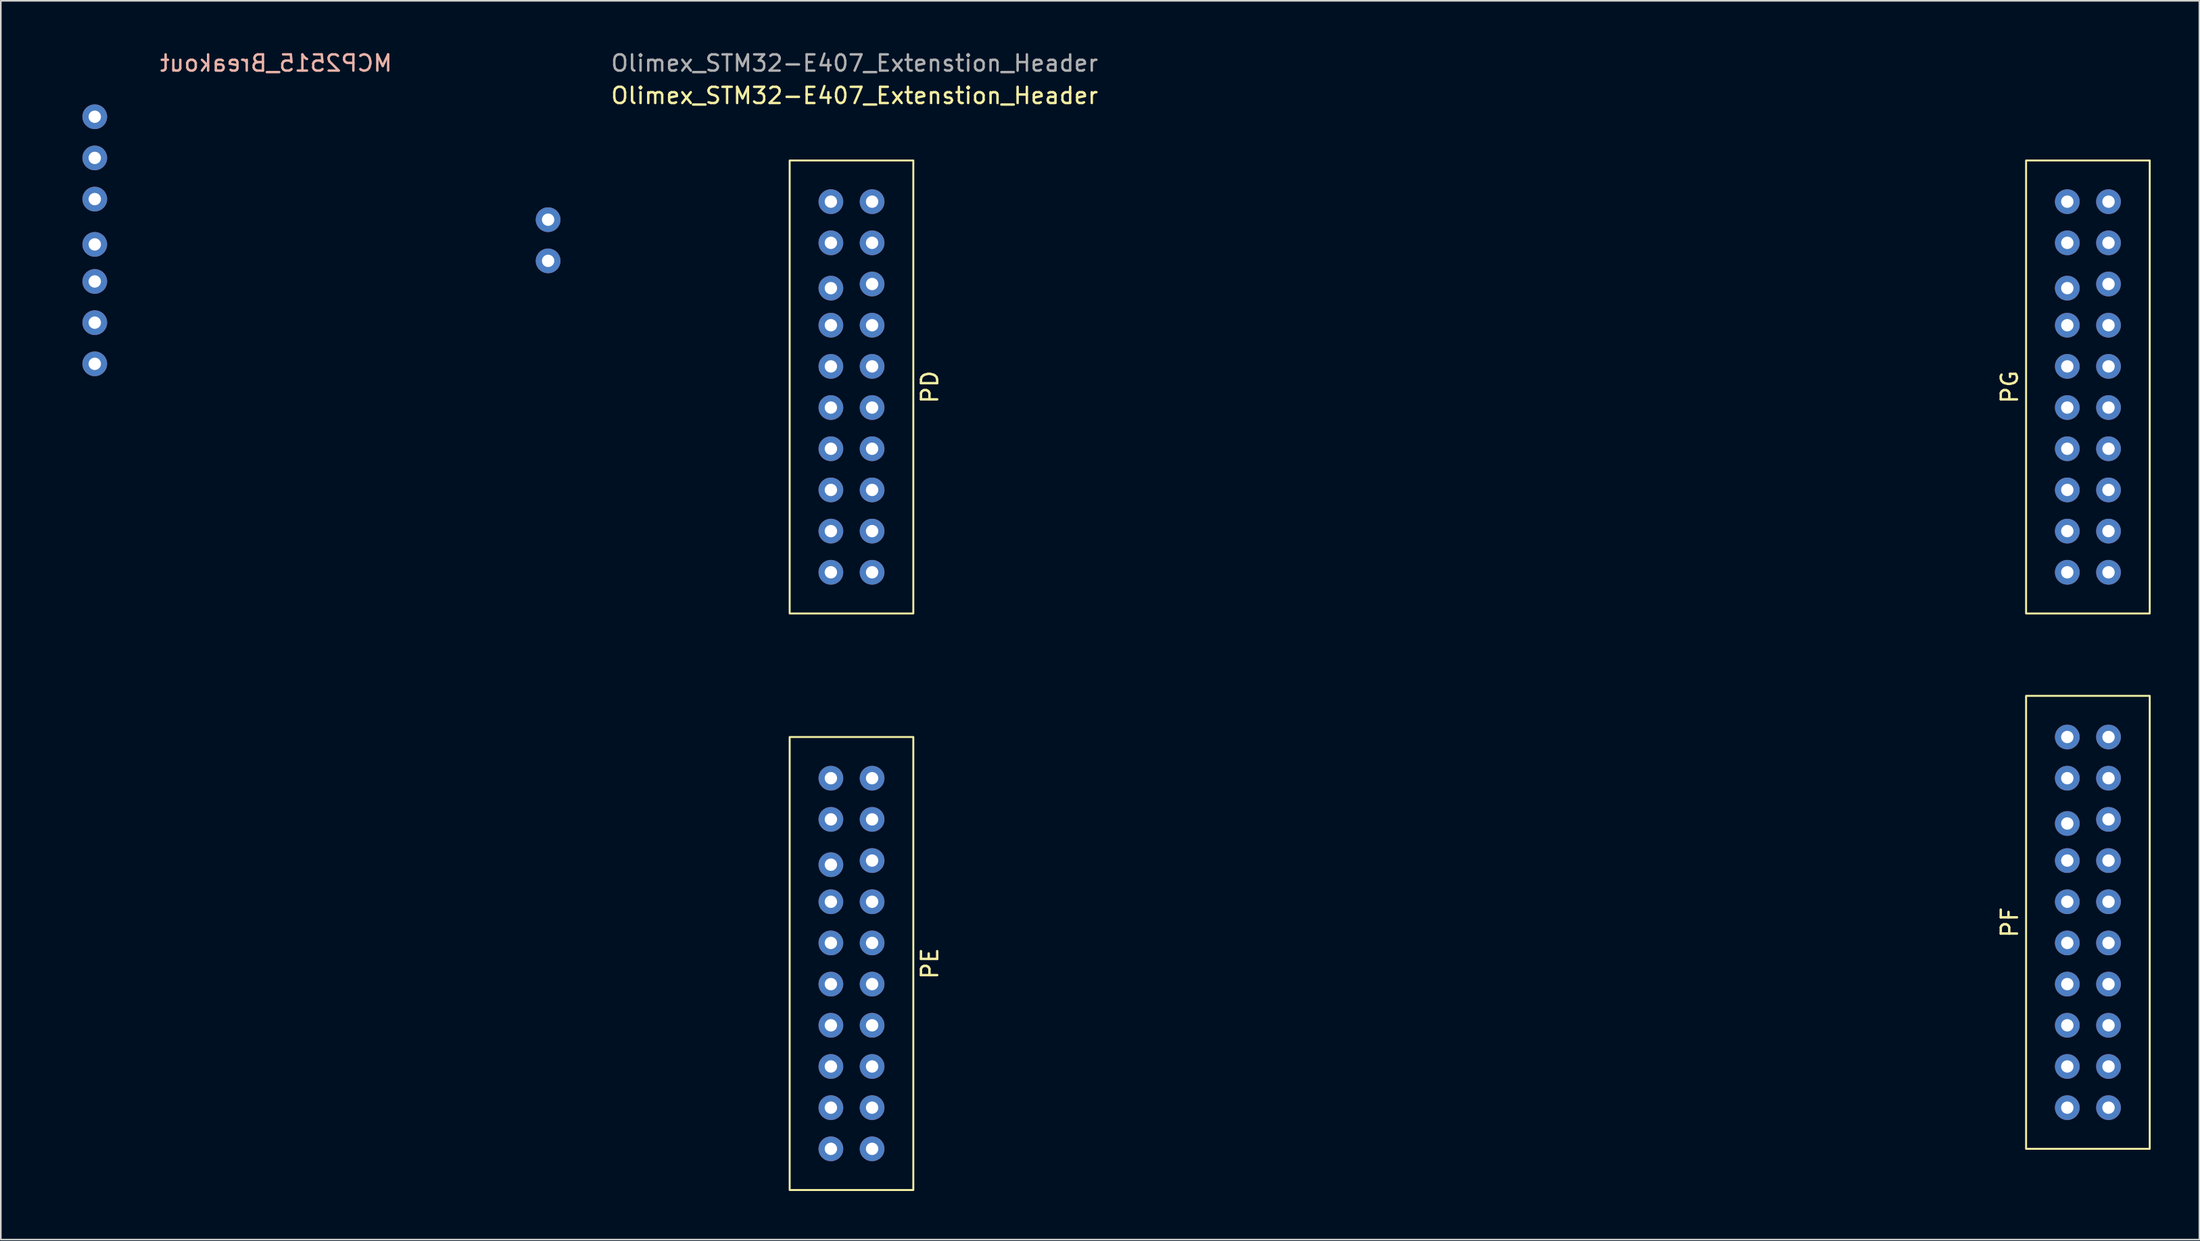
<source format=kicad_pcb>
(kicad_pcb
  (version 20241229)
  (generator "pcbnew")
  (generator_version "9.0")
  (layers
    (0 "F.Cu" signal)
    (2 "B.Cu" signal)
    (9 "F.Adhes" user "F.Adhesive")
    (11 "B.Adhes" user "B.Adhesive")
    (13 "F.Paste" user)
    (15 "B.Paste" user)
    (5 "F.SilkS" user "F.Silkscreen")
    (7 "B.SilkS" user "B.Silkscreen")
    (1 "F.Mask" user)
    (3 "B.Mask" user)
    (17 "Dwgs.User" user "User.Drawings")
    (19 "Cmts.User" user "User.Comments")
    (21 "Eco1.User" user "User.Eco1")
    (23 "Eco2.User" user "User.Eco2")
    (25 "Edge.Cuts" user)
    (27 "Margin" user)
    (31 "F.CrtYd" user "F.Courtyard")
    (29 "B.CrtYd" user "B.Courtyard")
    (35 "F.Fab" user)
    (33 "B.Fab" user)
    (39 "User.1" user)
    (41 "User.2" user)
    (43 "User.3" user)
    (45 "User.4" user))
  (footprint "MCP2515_Breakout"
    (layer "F.Cu")
    (at 0.25 1.61)
    (property "Reference" "MCP2515_Breakout" (at 13.716 -0.762 0) (unlocked yes) (layer "B.SilkS") (effects (font (size 1 1) (thickness 0.15)) (justify mirror)))
    (attr through_hole)
    (pad "1" thru_hole circle (at 2.54 2.54) (size 1.524 1.524) (drill 0.762) (layers "*.Cu" "*.Mask"))
    (pad "2" thru_hole circle (at 2.54 5.08) (size 1.524 1.524) (drill 0.762) (layers "*.Cu" "*.Mask"))
    (pad "3" thru_hole circle (at 2.54 7.62) (size 1.524 1.524) (drill 0.762) (layers "*.Cu" "*.Mask"))
    (pad "4" thru_hole circle (at 2.54 10.414) (size 1.524 1.524) (drill 0.762) (layers "*.Cu" "*.Mask"))
    (pad "5" thru_hole circle (at 2.54 12.7) (size 1.524 1.524) (drill 0.762) (layers "*.Cu" "*.Mask"))
    (pad "6" thru_hole circle (at 2.54 15.24) (size 1.524 1.524) (drill 0.762) (layers "*.Cu" "*.Mask"))
    (pad "7" thru_hole circle (at 2.54 17.78) (size 1.524 1.524) (drill 0.762) (layers "*.Cu" "*.Mask"))
    (pad "8" thru_hole circle (at 30.48 8.89) (size 1.524 1.524) (drill 0.762) (layers "*.Cu" "*.Mask"))
    (pad "9" thru_hole circle (at 30.48 11.43) (size 1.524 1.524) (drill 0.762) (layers "*.Cu" "*.Mask")))
  (footprint "Olimex_STM32-E407_Extenstion_Header"
    (layer "F.Cu")
    (at 45.617 6.848)
    (property "Reference" "Olimex_STM32-E407_Extenstion_Header" (at 4 -4 0) (unlocked yes) (layer "F.SilkS") (effects (font (size 1 1) (thickness 0.15))))
    (attr through_hole)
    (fp_rect (start 0 0) (end 7.62 27.94) (stroke (width 0.12) (type solid)) (fill no) (layer "F.SilkS"))
    (fp_rect (start 0 35.56) (end 7.62 63.5) (stroke (width 0.12) (type solid)) (fill no) (layer "F.SilkS"))
    (fp_rect (start 76.2 0) (end 83.82 27.94) (stroke (width 0.12) (type solid)) (fill no) (layer "F.SilkS"))
    (fp_rect (start 76.2 33.02) (end 83.82 60.96) (stroke (width 0.12) (type solid)) (fill no) (layer "F.SilkS"))
    (fp_text user "PF" (at 75.184 46.99 90) (unlocked yes) (layer "F.SilkS") (effects (font (size 1 1) (thickness 0.15))))
    (fp_text user "PG" (at 75.184 13.97 90) (unlocked yes) (layer "F.SilkS") (effects (font (size 1 1) (thickness 0.15))))
    (fp_text user "PE" (at 8.636 49.53 90) (unlocked yes) (layer "F.SilkS") (effects (font (size 1 1) (thickness 0.15))))
    (fp_text user "PD" (at 8.636 13.97 90) (unlocked yes) (layer "F.SilkS") (effects (font (size 1 1) (thickness 0.15))))
    (fp_text user "${REFERENCE}" (at 4 -6 0) (unlocked yes) (layer "F.Fab") (effects (font (size 1 1) (thickness 0.15))))
    (pad "1" thru_hole circle (at 5.08 25.4) (size 1.524 1.524) (drill 0.762) (layers "*.Cu" "*.Mask"))
    (pad "2" thru_hole circle (at 2.54 25.4) (size 1.524 1.524) (drill 0.762) (layers "*.Cu" "*.Mask"))
    (pad "3" thru_hole circle (at 5.08 22.86) (size 1.524 1.524) (drill 0.762) (layers "*.Cu" "*.Mask"))
    (pad "4" thru_hole circle (at 2.54 22.86) (size 1.524 1.524) (drill 0.762) (layers "*.Cu" "*.Mask"))
    (pad "5" thru_hole circle (at 5.08 20.32) (size 1.524 1.524) (drill 0.762) (layers "*.Cu" "*.Mask"))
    (pad "6" thru_hole circle (at 2.54 20.32) (size 1.524 1.524) (drill 0.762) (layers "*.Cu" "*.Mask"))
    (pad "7" thru_hole circle (at 5.08 17.78) (size 1.524 1.524) (drill 0.762) (layers "*.Cu" "*.Mask"))
    (pad "8" thru_hole circle (at 2.54 17.78) (size 1.524 1.524) (drill 0.762) (layers "*.Cu" "*.Mask"))
    (pad "9" thru_hole circle (at 5.08 15.24) (size 1.524 1.524) (drill 0.762) (layers "*.Cu" "*.Mask"))
    (pad "10" thru_hole circle (at 2.54 15.24) (size 1.524 1.524) (drill 0.762) (layers "*.Cu" "*.Mask"))
    (pad "11" thru_hole circle (at 5.08 12.7) (size 1.524 1.524) (drill 0.762) (layers "*.Cu" "*.Mask"))
    (pad "12" thru_hole circle (at 2.54 12.7) (size 1.524 1.524) (drill 0.762) (layers "*.Cu" "*.Mask"))
    (pad "13" thru_hole circle (at 5.08 10.16) (size 1.524 1.524) (drill 0.762) (layers "*.Cu" "*.Mask"))
    (pad "14" thru_hole circle (at 2.54 10.16) (size 1.524 1.524) (drill 0.762) (layers "*.Cu" "*.Mask"))
    (pad "15" thru_hole circle (at 5.08 7.62) (size 1.524 1.524) (drill 0.762) (layers "*.Cu" "*.Mask"))
    (pad "16" thru_hole circle (at 2.54 7.874) (size 1.524 1.524) (drill 0.762) (layers "*.Cu" "*.Mask"))
    (pad "17" thru_hole circle (at 5.08 5.08) (size 1.524 1.524) (drill 0.762) (layers "*.Cu" "*.Mask"))
    (pad "18" thru_hole circle (at 2.54 5.08) (size 1.524 1.524) (drill 0.762) (layers "*.Cu" "*.Mask"))
    (pad "19" thru_hole circle (at 5.08 2.54) (size 1.524 1.524) (drill 0.762) (layers "*.Cu" "*.Mask"))
    (pad "20" thru_hole circle (at 2.54 2.54) (size 1.524 1.524) (drill 0.762) (layers "*.Cu" "*.Mask"))
    (pad "21" thru_hole circle (at 5.08 60.96) (size 1.524 1.524) (drill 0.762) (layers "*.Cu" "*.Mask"))
    (pad "22" thru_hole circle (at 2.54 60.96) (size 1.524 1.524) (drill 0.762) (layers "*.Cu" "*.Mask"))
    (pad "23" thru_hole circle (at 5.08 58.42) (size 1.524 1.524) (drill 0.762) (layers "*.Cu" "*.Mask"))
    (pad "24" thru_hole circle (at 2.54 58.42) (size 1.524 1.524) (drill 0.762) (layers "*.Cu" "*.Mask"))
    (pad "25" thru_hole circle (at 5.08 55.88) (size 1.524 1.524) (drill 0.762) (layers "*.Cu" "*.Mask"))
    (pad "26" thru_hole circle (at 2.54 55.88) (size 1.524 1.524) (drill 0.762) (layers "*.Cu" "*.Mask"))
    (pad "27" thru_hole circle (at 5.08 53.34) (size 1.524 1.524) (drill 0.762) (layers "*.Cu" "*.Mask"))
    (pad "28" thru_hole circle (at 2.54 53.34) (size 1.524 1.524) (drill 0.762) (layers "*.Cu" "*.Mask"))
    (pad "29" thru_hole circle (at 5.08 50.8) (size 1.524 1.524) (drill 0.762) (layers "*.Cu" "*.Mask"))
    (pad "30" thru_hole circle (at 2.54 50.8) (size 1.524 1.524) (drill 0.762) (layers "*.Cu" "*.Mask"))
    (pad "31" thru_hole circle (at 5.08 48.26) (size 1.524 1.524) (drill 0.762) (layers "*.Cu" "*.Mask"))
    (pad "32" thru_hole circle (at 2.54 48.26) (size 1.524 1.524) (drill 0.762) (layers "*.Cu" "*.Mask"))
    (pad "33" thru_hole circle (at 5.08 45.72) (size 1.524 1.524) (drill 0.762) (layers "*.Cu" "*.Mask"))
    (pad "34" thru_hole circle (at 2.54 45.72) (size 1.524 1.524) (drill 0.762) (layers "*.Cu" "*.Mask"))
    (pad "35" thru_hole circle (at 5.08 43.18) (size 1.524 1.524) (drill 0.762) (layers "*.Cu" "*.Mask"))
    (pad "36" thru_hole circle (at 2.54 43.434) (size 1.524 1.524) (drill 0.762) (layers "*.Cu" "*.Mask"))
    (pad "37" thru_hole circle (at 5.08 40.64) (size 1.524 1.524) (drill 0.762) (layers "*.Cu" "*.Mask"))
    (pad "38" thru_hole circle (at 2.54 40.64) (size 1.524 1.524) (drill 0.762) (layers "*.Cu" "*.Mask"))
    (pad "39" thru_hole circle (at 5.08 38.1) (size 1.524 1.524) (drill 0.762) (layers "*.Cu" "*.Mask"))
    (pad "40" thru_hole circle (at 2.54 38.1) (size 1.524 1.524) (drill 0.762) (layers "*.Cu" "*.Mask"))
    (pad "41" thru_hole circle (at 81.28 58.42) (size 1.524 1.524) (drill 0.762) (layers "*.Cu" "*.Mask"))
    (pad "42" thru_hole circle (at 78.74 58.42) (size 1.524 1.524) (drill 0.762) (layers "*.Cu" "*.Mask"))
    (pad "43" thru_hole circle (at 81.28 55.88) (size 1.524 1.524) (drill 0.762) (layers "*.Cu" "*.Mask"))
    (pad "44" thru_hole circle (at 78.74 55.88) (size 1.524 1.524) (drill 0.762) (layers "*.Cu" "*.Mask"))
    (pad "45" thru_hole circle (at 81.28 53.34) (size 1.524 1.524) (drill 0.762) (layers "*.Cu" "*.Mask"))
    (pad "46" thru_hole circle (at 78.74 53.34) (size 1.524 1.524) (drill 0.762) (layers "*.Cu" "*.Mask"))
    (pad "47" thru_hole circle (at 81.28 50.8) (size 1.524 1.524) (drill 0.762) (layers "*.Cu" "*.Mask"))
    (pad "48" thru_hole circle (at 78.74 50.8) (size 1.524 1.524) (drill 0.762) (layers "*.Cu" "*.Mask"))
    (pad "49" thru_hole circle (at 81.28 48.26) (size 1.524 1.524) (drill 0.762) (layers "*.Cu" "*.Mask"))
    (pad "50" thru_hole circle (at 78.74 48.26) (size 1.524 1.524) (drill 0.762) (layers "*.Cu" "*.Mask"))
    (pad "51" thru_hole circle (at 81.28 45.72) (size 1.524 1.524) (drill 0.762) (layers "*.Cu" "*.Mask"))
    (pad "52" thru_hole circle (at 78.74 45.72) (size 1.524 1.524) (drill 0.762) (layers "*.Cu" "*.Mask"))
    (pad "53" thru_hole circle (at 81.28 43.18) (size 1.524 1.524) (drill 0.762) (layers "*.Cu" "*.Mask"))
    (pad "54" thru_hole circle (at 78.74 43.18) (size 1.524 1.524) (drill 0.762) (layers "*.Cu" "*.Mask"))
    (pad "55" thru_hole circle (at 81.28 40.64) (size 1.524 1.524) (drill 0.762) (layers "*.Cu" "*.Mask"))
    (pad "56" thru_hole circle (at 78.74 40.894) (size 1.524 1.524) (drill 0.762) (layers "*.Cu" "*.Mask"))
    (pad "57" thru_hole circle (at 81.28 38.1) (size 1.524 1.524) (drill 0.762) (layers "*.Cu" "*.Mask"))
    (pad "58" thru_hole circle (at 78.74 38.1) (size 1.524 1.524) (drill 0.762) (layers "*.Cu" "*.Mask"))
    (pad "59" thru_hole circle (at 81.28 35.56) (size 1.524 1.524) (drill 0.762) (layers "*.Cu" "*.Mask"))
    (pad "60" thru_hole circle (at 78.74 35.56) (size 1.524 1.524) (drill 0.762) (layers "*.Cu" "*.Mask"))
    (pad "61" thru_hole circle (at 81.28 25.4) (size 1.524 1.524) (drill 0.762) (layers "*.Cu" "*.Mask"))
    (pad "62" thru_hole circle (at 78.74 25.4) (size 1.524 1.524) (drill 0.762) (layers "*.Cu" "*.Mask"))
    (pad "63" thru_hole circle (at 81.28 22.86) (size 1.524 1.524) (drill 0.762) (layers "*.Cu" "*.Mask"))
    (pad "64" thru_hole circle (at 78.74 22.86) (size 1.524 1.524) (drill 0.762) (layers "*.Cu" "*.Mask"))
    (pad "65" thru_hole circle (at 81.28 20.32) (size 1.524 1.524) (drill 0.762) (layers "*.Cu" "*.Mask"))
    (pad "66" thru_hole circle (at 78.74 20.32) (size 1.524 1.524) (drill 0.762) (layers "*.Cu" "*.Mask"))
    (pad "67" thru_hole circle (at 81.28 17.78) (size 1.524 1.524) (drill 0.762) (layers "*.Cu" "*.Mask"))
    (pad "68" thru_hole circle (at 78.74 17.78) (size 1.524 1.524) (drill 0.762) (layers "*.Cu" "*.Mask"))
    (pad "69" thru_hole circle (at 81.28 15.24) (size 1.524 1.524) (drill 0.762) (layers "*.Cu" "*.Mask"))
    (pad "70" thru_hole circle (at 78.74 15.24) (size 1.524 1.524) (drill 0.762) (layers "*.Cu" "*.Mask"))
    (pad "71" thru_hole circle (at 81.28 12.7) (size 1.524 1.524) (drill 0.762) (layers "*.Cu" "*.Mask"))
    (pad "72" thru_hole circle (at 78.74 12.7) (size 1.524 1.524) (drill 0.762) (layers "*.Cu" "*.Mask"))
    (pad "73" thru_hole circle (at 81.28 10.16) (size 1.524 1.524) (drill 0.762) (layers "*.Cu" "*.Mask"))
    (pad "74" thru_hole circle (at 78.74 10.16) (size 1.524 1.524) (drill 0.762) (layers "*.Cu" "*.Mask"))
    (pad "75" thru_hole circle (at 81.28 7.62) (size 1.524 1.524) (drill 0.762) (layers "*.Cu" "*.Mask"))
    (pad "76" thru_hole circle (at 78.74 7.874) (size 1.524 1.524) (drill 0.762) (layers "*.Cu" "*.Mask"))
    (pad "77" thru_hole circle (at 81.28 5.08) (size 1.524 1.524) (drill 0.762) (layers "*.Cu" "*.Mask"))
    (pad "78" thru_hole circle (at 78.74 5.08) (size 1.524 1.524) (drill 0.762) (layers "*.Cu" "*.Mask"))
    (pad "79" thru_hole circle (at 81.28 2.54) (size 1.524 1.524) (drill 0.762) (layers "*.Cu" "*.Mask"))
    (pad "80" thru_hole circle (at 78.74 2.54) (size 1.524 1.524) (drill 0.762) (layers "*.Cu" "*.Mask")))
  (gr_rect
    (start -3 -3)
    (end 132.497 73.408)
    (stroke (width 0.1) (type default))
    (fill no)
    (layer "Edge.Cuts")))
</source>
